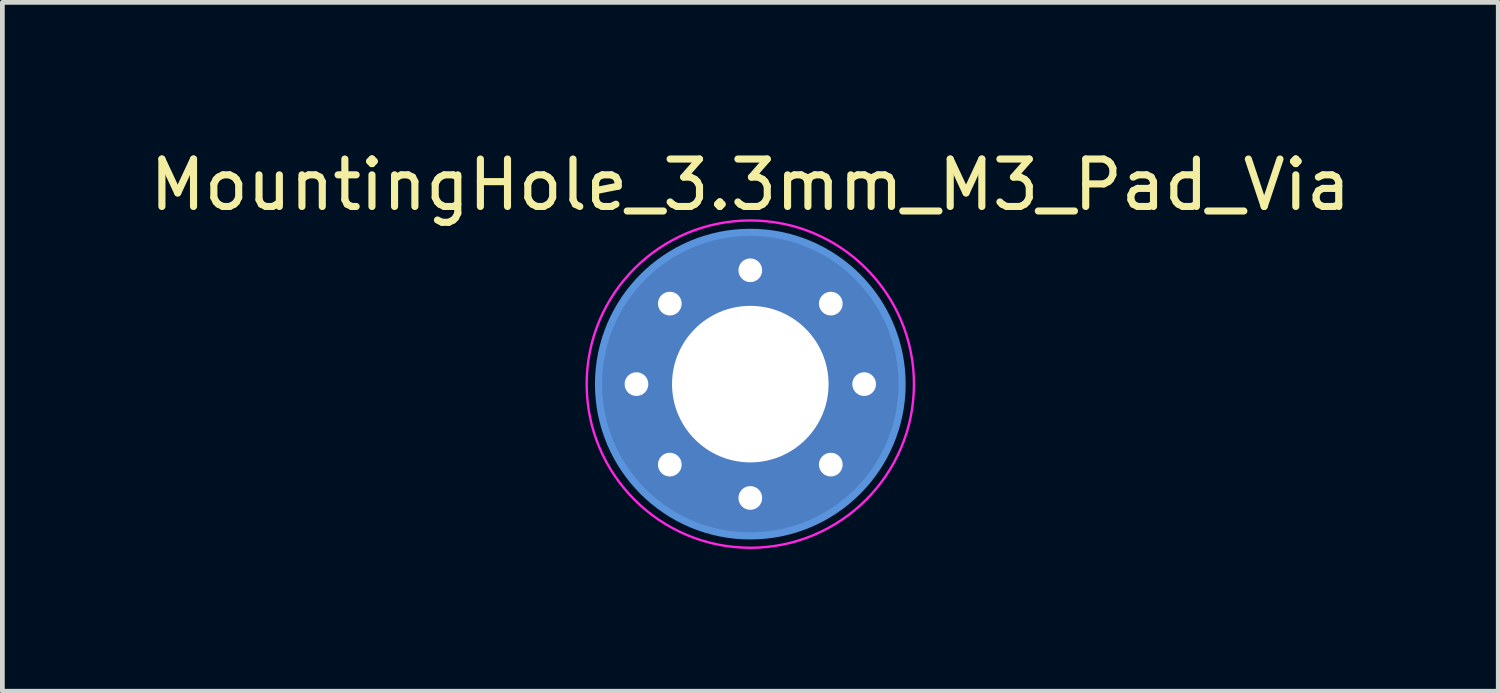
<source format=kicad_pcb>
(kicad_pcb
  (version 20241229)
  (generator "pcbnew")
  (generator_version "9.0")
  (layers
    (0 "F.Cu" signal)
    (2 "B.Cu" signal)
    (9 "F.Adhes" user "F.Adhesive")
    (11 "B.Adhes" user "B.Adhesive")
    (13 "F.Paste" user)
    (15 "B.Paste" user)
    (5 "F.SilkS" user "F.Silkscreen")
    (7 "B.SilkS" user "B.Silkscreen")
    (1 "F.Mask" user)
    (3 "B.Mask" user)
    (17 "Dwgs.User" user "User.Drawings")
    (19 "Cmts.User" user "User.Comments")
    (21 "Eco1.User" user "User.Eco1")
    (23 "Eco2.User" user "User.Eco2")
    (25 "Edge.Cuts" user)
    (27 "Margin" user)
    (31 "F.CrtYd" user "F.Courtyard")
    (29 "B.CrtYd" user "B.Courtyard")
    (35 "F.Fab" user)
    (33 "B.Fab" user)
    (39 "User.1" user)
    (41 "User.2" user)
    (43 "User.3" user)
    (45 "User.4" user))
  (footprint "MountingHole_3.3mm_M3_Pad_Via"
    (layer "F.Cu")
    (at 12.768 5.048)
    (property "Reference" "MountingHole_3.3mm_M3_Pad_Via" (at 0 -4.2 0) (layer "F.SilkS") (effects (font (size 1 1) (thickness 0.15))))
    (attr through_hole)
    (fp_circle (center 0 0) (end 3.2 0) (stroke (width 0.15) (type solid)) (fill no) (layer "Cmts.User"))
    (fp_circle (center 0 0) (end 3.45 0) (stroke (width 0.05) (type solid)) (fill no) (layer "F.CrtYd"))
    (pad "" thru_hole circle (at -2.4 0) (size 0.6 0.6) (drill 0.5) (layers "*.Cu" "*.Mask"))
    (pad "" thru_hole circle (at -1.697 -1.697) (size 0.6 0.6) (drill 0.5) (layers "*.Cu" "*.Mask"))
    (pad "" thru_hole circle (at -1.697 1.697) (size 0.6 0.6) (drill 0.5) (layers "*.Cu" "*.Mask"))
    (pad "" thru_hole circle (at 0 -2.4) (size 0.6 0.6) (drill 0.5) (layers "*.Cu" "*.Mask"))
    (pad "" thru_hole circle (at 0 2.4) (size 0.6 0.6) (drill 0.5) (layers "*.Cu" "*.Mask"))
    (pad "" thru_hole circle (at 1.697 -1.697) (size 0.6 0.6) (drill 0.5) (layers "*.Cu" "*.Mask"))
    (pad "" thru_hole circle (at 1.697 1.697) (size 0.6 0.6) (drill 0.5) (layers "*.Cu" "*.Mask"))
    (pad "" thru_hole circle (at 2.4 0) (size 0.6 0.6) (drill 0.5) (layers "*.Cu" "*.Mask"))
    (pad "1" thru_hole circle (at 0 0) (size 6.4 6.4) (drill 3.3) (layers "*.Cu" "*.Mask")))
  (gr_rect
    (start -3 -3)
    (end 28.536 11.523)
    (stroke (width 0.1) (type default))
    (fill no)
    (layer "Edge.Cuts")))
</source>
